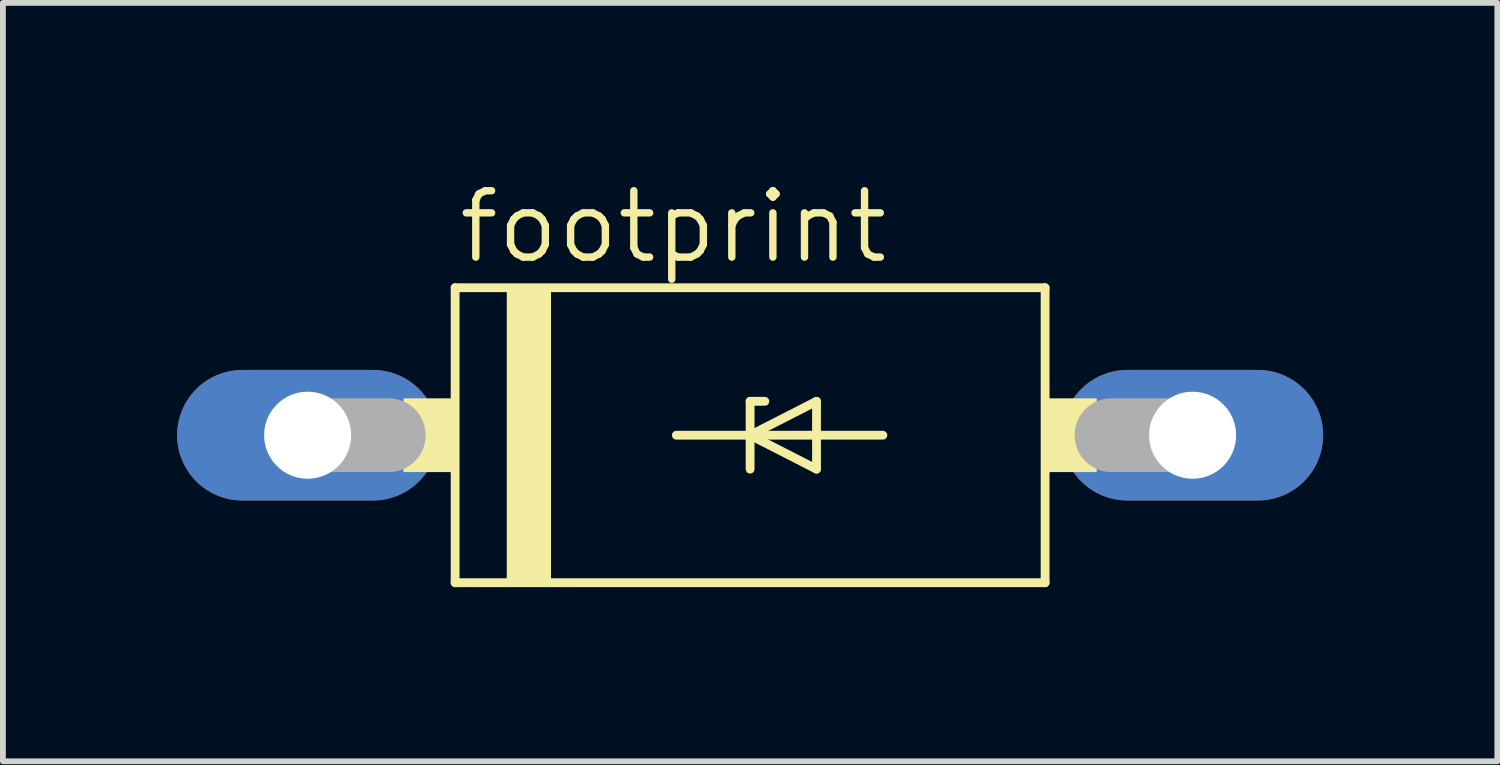
<source format=kicad_pcb>
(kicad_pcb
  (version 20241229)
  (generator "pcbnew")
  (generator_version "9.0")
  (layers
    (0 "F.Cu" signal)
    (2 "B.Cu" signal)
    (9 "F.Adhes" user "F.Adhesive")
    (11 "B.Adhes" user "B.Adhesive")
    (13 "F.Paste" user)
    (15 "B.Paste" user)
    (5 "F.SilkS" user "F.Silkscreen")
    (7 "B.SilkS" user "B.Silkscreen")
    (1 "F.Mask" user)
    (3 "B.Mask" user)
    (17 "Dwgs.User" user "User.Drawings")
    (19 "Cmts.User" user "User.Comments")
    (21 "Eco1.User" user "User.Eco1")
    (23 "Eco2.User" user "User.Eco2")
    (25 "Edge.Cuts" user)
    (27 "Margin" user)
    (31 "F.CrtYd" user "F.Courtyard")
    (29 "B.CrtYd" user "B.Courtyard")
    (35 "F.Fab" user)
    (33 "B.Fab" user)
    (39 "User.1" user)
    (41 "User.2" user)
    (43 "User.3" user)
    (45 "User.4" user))
  (footprint "footprint"
    (layer "F.Cu")
    (at 9.868 4.445)
    (property "Reference" "footprint" (at -5.08 -2.921 0) (layer "F.SilkS") (effects (font (size 1.143 1.143) (thickness 0.127)) (justify left bottom)))
    (fp_line (start -5.08 -2.54) (end 5.08 -2.54) (stroke (width 0.152) (type solid)) (layer "F.SilkS"))
    (fp_line (start -5.08 2.54) (end -5.08 -2.54) (stroke (width 0.152) (type solid)) (layer "F.SilkS"))
    (fp_line (start -1.27 0) (end 0 0) (stroke (width 0.152) (type solid)) (layer "F.SilkS"))
    (fp_line (start 0 -0.584) (end 0 0) (stroke (width 0.152) (type solid)) (layer "F.SilkS"))
    (fp_line (start 0 -0.584) (end 0.254 -0.584) (stroke (width 0.152) (type solid)) (layer "F.SilkS"))
    (fp_line (start 0 0) (end 0 0.584) (stroke (width 0.152) (type solid)) (layer "F.SilkS"))
    (fp_line (start 0 0) (end 1.143 -0.584) (stroke (width 0.152) (type solid)) (layer "F.SilkS"))
    (fp_line (start 0 0) (end 2.286 0) (stroke (width 0.152) (type solid)) (layer "F.SilkS"))
    (fp_line (start 1.143 -0.584) (end 1.143 0.584) (stroke (width 0.152) (type solid)) (layer "F.SilkS"))
    (fp_line (start 1.143 0.584) (end 0 0) (stroke (width 0.152) (type solid)) (layer "F.SilkS"))
    (fp_line (start 5.08 -2.54) (end 5.08 2.54) (stroke (width 0.152) (type solid)) (layer "F.SilkS"))
    (fp_line (start 5.08 2.54) (end -5.08 2.54) (stroke (width 0.152) (type solid)) (layer "F.SilkS"))
    (fp_poly (pts (xy -5.969 0.635) (xy -5.08 0.635) (xy -5.08 -0.635) (xy -5.969 -0.635)) (stroke (width 0) (type solid)) (fill yes) (layer "F.SilkS"))
    (fp_poly (pts (xy -4.191 2.54) (xy -3.429 2.54) (xy -3.429 -2.54) (xy -4.191 -2.54)) (stroke (width 0) (type solid)) (fill yes) (layer "F.SilkS"))
    (fp_poly (pts (xy 5.08 0.635) (xy 5.969 0.635) (xy 5.969 -0.635) (xy 5.08 -0.635)) (stroke (width 0) (type solid)) (fill yes) (layer "F.SilkS"))
    (fp_line (start -7.62 0) (end -6.223 0) (stroke (width 1.27) (type solid)) (layer "F.Fab"))
    (fp_line (start 7.62 0) (end 6.223 0) (stroke (width 1.27) (type solid)) (layer "F.Fab"))
    (pad "A" thru_hole oval (at 7.62 0) (size 4.496 2.248) (drill 1.499) (layers "*.Cu" "*.Mask"))
    (pad "C" thru_hole oval (at -7.62 0) (size 4.496 2.248) (drill 1.499) (layers "*.Cu" "*.Mask")))
  (gr_rect
    (start -3 -3)
    (end 22.736 10.061)
    (stroke (width 0.1) (type default))
    (fill no)
    (layer "Edge.Cuts")))
</source>
